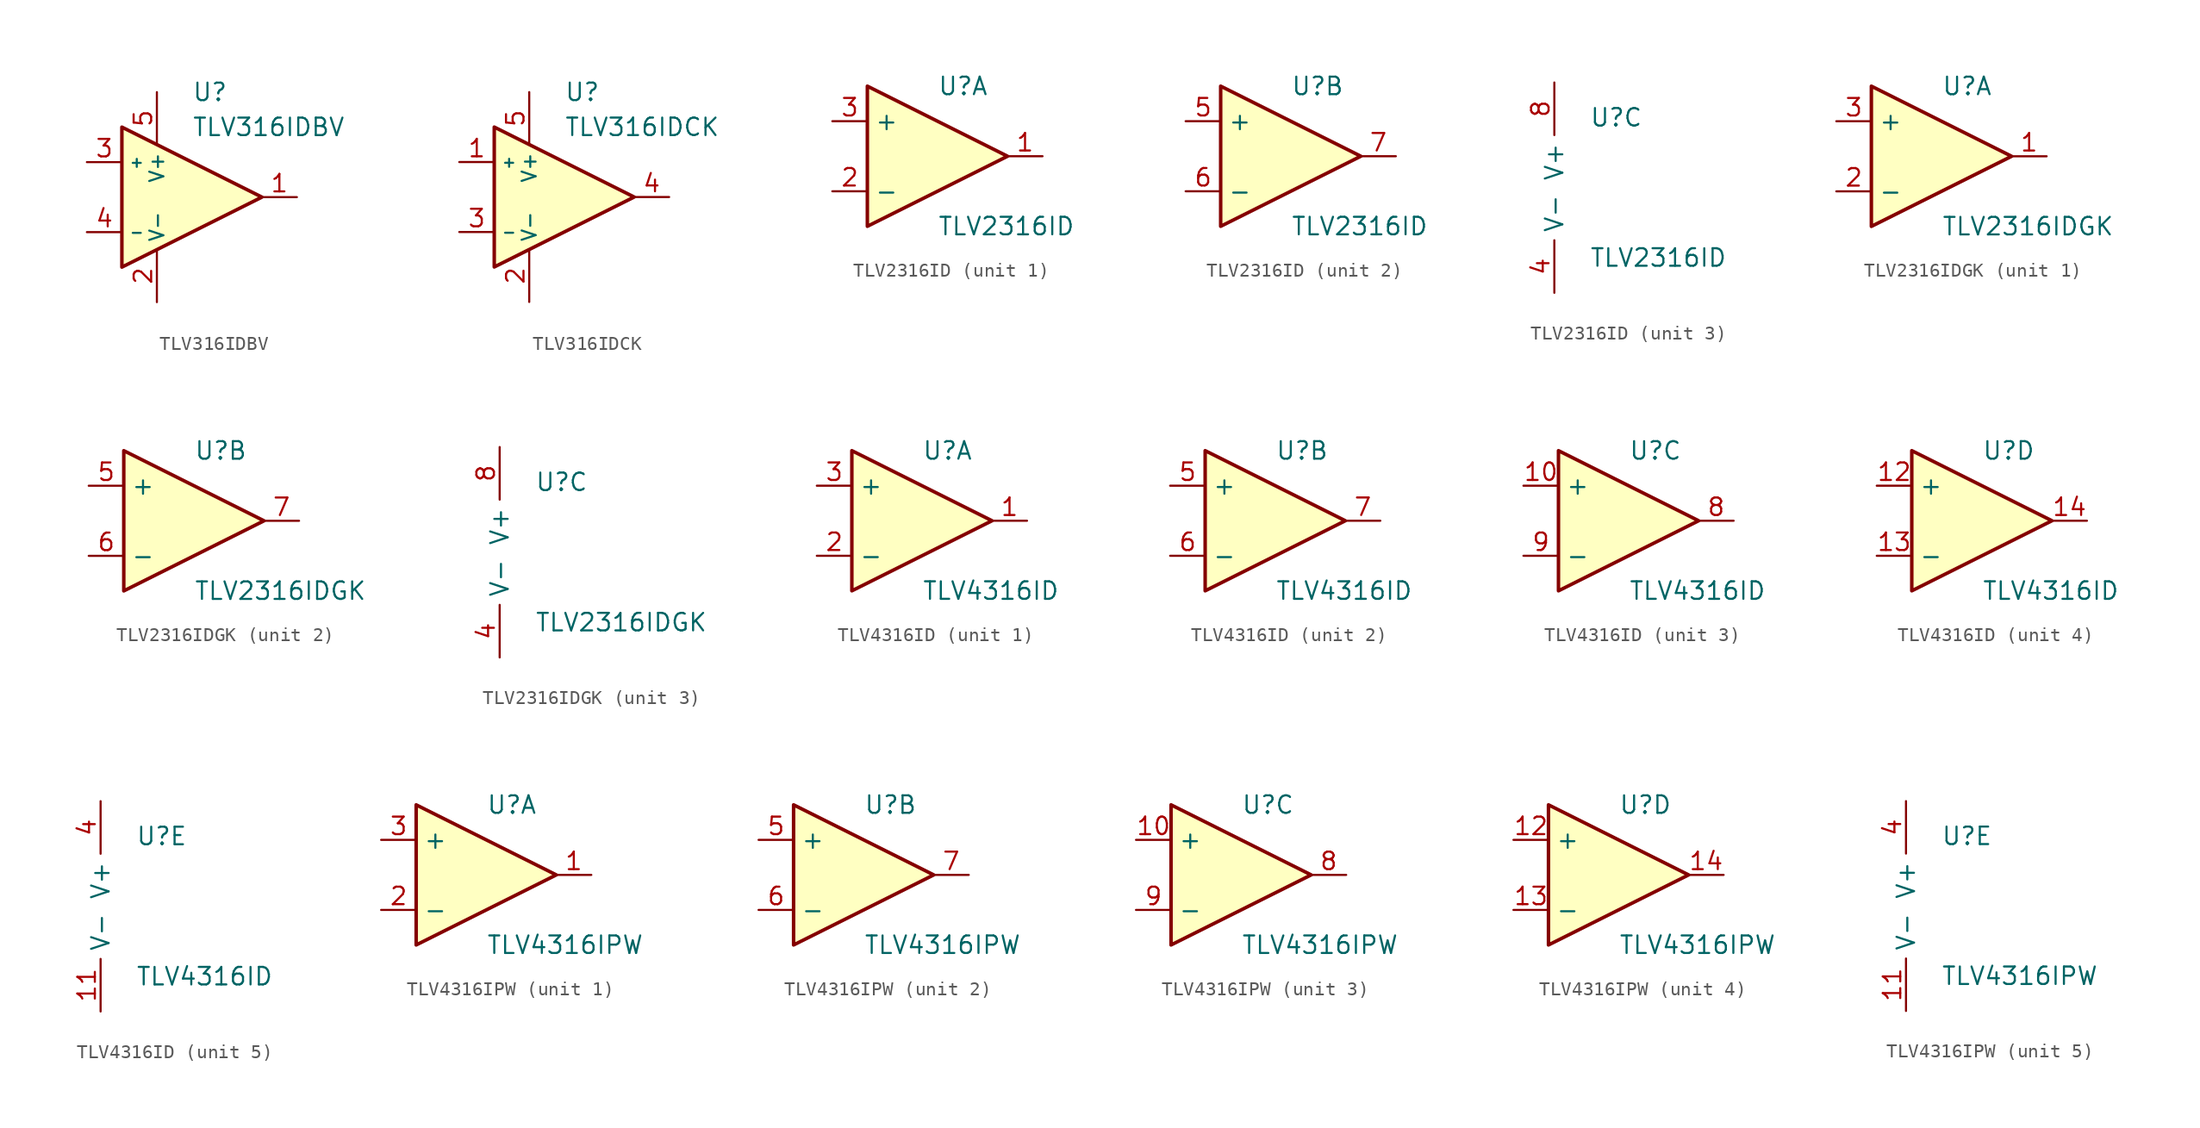
<source format=kicad_sym>
(kicad_symbol_lib
  (version 20210619)
  (generator kicad_symbol_editor)
  (symbol "Gekkio_Amplifier_Operational:TLV316IDBV"
    (property "Reference" "U"
      (at 0 7.62 0)
      (effects (font (size 1.27 1.27)) (justify left)))
    (property "Value" "TLV316IDBV"
      (at 0 5.08 0)
      (effects (font (size 1.27 1.27)) (justify left)))
    (symbol "TLV316IDBV_0_1"
      (polyline (pts (xy -5.08 5.08) (xy 5.08 0) (xy -5.08 -5.08) (xy -5.08 5.08)) (stroke (width 0.254)) (fill (type background))))
    (symbol "TLV316IDBV_1_1"
      (pin output line (at 7.62 0 180) (length 2.54) (name "~" (effects (font (size 1.27 1.27)))) (number "1" (effects (font (size 1.27 1.27)))))
      (pin power_in line (at -2.54 -7.62 90) (length 3.81) (name "V-" (effects (font (size 1.016 1.016)))) (number "2" (effects (font (size 1.27 1.27)))))
      (pin input line (at -7.62 2.54 0) (length 2.54) (name "+" (effects (font (size 0.762 0.762)))) (number "3" (effects (font (size 1.27 1.27)))))
      (pin input line (at -7.62 -2.54 0) (length 2.54) (name "-" (effects (font (size 0.762 0.762)))) (number "4" (effects (font (size 1.27 1.27)))))
      (pin power_in line (at -2.54 7.62 270) (length 3.81) (name "V+" (effects (font (size 1.016 1.016)))) (number "5" (effects (font (size 1.27 1.27)))))))
  (symbol "Gekkio_Amplifier_Operational:TLV316IDCK"
    (property "Reference" "U"
      (at 0 7.62 0)
      (effects (font (size 1.27 1.27)) (justify left)))
    (property "Value" "TLV316IDCK"
      (at 0 5.08 0)
      (effects (font (size 1.27 1.27)) (justify left)))
    (symbol "TLV316IDCK_0_1"
      (polyline (pts (xy -5.08 5.08) (xy 5.08 0) (xy -5.08 -5.08) (xy -5.08 5.08)) (stroke (width 0.254)) (fill (type background))))
    (symbol "TLV316IDCK_1_1"
      (pin input line (at -7.62 2.54 0) (length 2.54) (name "+" (effects (font (size 0.762 0.762)))) (number "1" (effects (font (size 1.27 1.27)))))
      (pin power_in line (at -2.54 -7.62 90) (length 3.81) (name "V-" (effects (font (size 1.016 1.016)))) (number "2" (effects (font (size 1.27 1.27)))))
      (pin input line (at -7.62 -2.54 0) (length 2.54) (name "-" (effects (font (size 0.762 0.762)))) (number "3" (effects (font (size 1.27 1.27)))))
      (pin output line (at 7.62 0 180) (length 2.54) (name "~" (effects (font (size 1.27 1.27)))) (number "4" (effects (font (size 1.27 1.27)))))
      (pin power_in line (at -2.54 7.62 270) (length 3.81) (name "V+" (effects (font (size 1.016 1.016)))) (number "5" (effects (font (size 1.27 1.27)))))))
  (symbol "Gekkio_Amplifier_Operational:TLV2316ID"
    (property "Reference" "U"
      (at 0 5.08 0)
      (effects (font (size 1.27 1.27)) (justify left)))
    (property "Value" "TLV2316ID"
      (at 0 -5.08 0)
      (effects (font (size 1.27 1.27)) (justify left)))
    (property "ki_locked" ""
      (at 0 0 0)
      (effects (font (size 1.27 1.27))))
    (symbol "TLV2316ID_1_1"
      (polyline (pts (xy -5.08 5.08) (xy 5.08 0) (xy -5.08 -5.08) (xy -5.08 5.08)) (stroke (width 0.254)) (fill (type background)))
      (pin output line (at 7.62 0 180) (length 2.54) (name "~" (effects (font (size 1.27 1.27)))) (number "1" (effects (font (size 1.27 1.27)))))
      (pin input line (at -7.62 -2.54 0) (length 2.54) (name "-" (effects (font (size 1.27 1.27)))) (number "2" (effects (font (size 1.27 1.27)))))
      (pin input line (at -7.62 2.54 0) (length 2.54) (name "+" (effects (font (size 1.27 1.27)))) (number "3" (effects (font (size 1.27 1.27))))))
    (symbol "TLV2316ID_2_1"
      (polyline (pts (xy -5.08 5.08) (xy 5.08 0) (xy -5.08 -5.08) (xy -5.08 5.08)) (stroke (width 0.254)) (fill (type background)))
      (pin input line (at -7.62 2.54 0) (length 2.54) (name "+" (effects (font (size 1.27 1.27)))) (number "5" (effects (font (size 1.27 1.27)))))
      (pin input line (at -7.62 -2.54 0) (length 2.54) (name "-" (effects (font (size 1.27 1.27)))) (number "6" (effects (font (size 1.27 1.27)))))
      (pin output line (at 7.62 0 180) (length 2.54) (name "~" (effects (font (size 1.27 1.27)))) (number "7" (effects (font (size 1.27 1.27))))))
    (symbol "TLV2316ID_3_1"
      (pin power_in line (at -2.54 -7.62 90) (length 3.81) (name "V-" (effects (font (size 1.27 1.27)))) (number "4" (effects (font (size 1.27 1.27)))))
      (pin power_in line (at -2.54 7.62 270) (length 3.81) (name "V+" (effects (font (size 1.27 1.27)))) (number "8" (effects (font (size 1.27 1.27)))))))
  (symbol "Gekkio_Amplifier_Operational:TLV2316IDGK"
    (property "Reference" "U"
      (at 0 5.08 0)
      (effects (font (size 1.27 1.27)) (justify left)))
    (property "Value" "TLV2316IDGK"
      (at 0 -5.08 0)
      (effects (font (size 1.27 1.27)) (justify left)))
    (property "ki_locked" ""
      (at 0 0 0)
      (effects (font (size 1.27 1.27))))
    (symbol "TLV2316IDGK_1_1"
      (polyline (pts (xy -5.08 5.08) (xy 5.08 0) (xy -5.08 -5.08) (xy -5.08 5.08)) (stroke (width 0.254)) (fill (type background)))
      (pin output line (at 7.62 0 180) (length 2.54) (name "~" (effects (font (size 1.27 1.27)))) (number "1" (effects (font (size 1.27 1.27)))))
      (pin input line (at -7.62 -2.54 0) (length 2.54) (name "-" (effects (font (size 1.27 1.27)))) (number "2" (effects (font (size 1.27 1.27)))))
      (pin input line (at -7.62 2.54 0) (length 2.54) (name "+" (effects (font (size 1.27 1.27)))) (number "3" (effects (font (size 1.27 1.27))))))
    (symbol "TLV2316IDGK_2_1"
      (polyline (pts (xy -5.08 5.08) (xy 5.08 0) (xy -5.08 -5.08) (xy -5.08 5.08)) (stroke (width 0.254)) (fill (type background)))
      (pin input line (at -7.62 2.54 0) (length 2.54) (name "+" (effects (font (size 1.27 1.27)))) (number "5" (effects (font (size 1.27 1.27)))))
      (pin input line (at -7.62 -2.54 0) (length 2.54) (name "-" (effects (font (size 1.27 1.27)))) (number "6" (effects (font (size 1.27 1.27)))))
      (pin output line (at 7.62 0 180) (length 2.54) (name "~" (effects (font (size 1.27 1.27)))) (number "7" (effects (font (size 1.27 1.27))))))
    (symbol "TLV2316IDGK_3_1"
      (pin power_in line (at -2.54 -7.62 90) (length 3.81) (name "V-" (effects (font (size 1.27 1.27)))) (number "4" (effects (font (size 1.27 1.27)))))
      (pin power_in line (at -2.54 7.62 270) (length 3.81) (name "V+" (effects (font (size 1.27 1.27)))) (number "8" (effects (font (size 1.27 1.27)))))))
  (symbol "Gekkio_Amplifier_Operational:TLV4316ID"
    (property "Reference" "U"
      (at 0 5.08 0)
      (effects (font (size 1.27 1.27)) (justify left)))
    (property "Value" "TLV4316ID"
      (at 0 -5.08 0)
      (effects (font (size 1.27 1.27)) (justify left)))
    (property "ki_locked" ""
      (at 0 0 0)
      (effects (font (size 1.27 1.27))))
    (symbol "TLV4316ID_1_1"
      (polyline (pts (xy -5.08 5.08) (xy 5.08 0) (xy -5.08 -5.08) (xy -5.08 5.08)) (stroke (width 0.254)) (fill (type background)))
      (pin output line (at 7.62 0 180) (length 2.54) (name "~" (effects (font (size 1.27 1.27)))) (number "1" (effects (font (size 1.27 1.27)))))
      (pin input line (at -7.62 -2.54 0) (length 2.54) (name "-" (effects (font (size 1.27 1.27)))) (number "2" (effects (font (size 1.27 1.27)))))
      (pin input line (at -7.62 2.54 0) (length 2.54) (name "+" (effects (font (size 1.27 1.27)))) (number "3" (effects (font (size 1.27 1.27))))))
    (symbol "TLV4316ID_2_1"
      (polyline (pts (xy -5.08 5.08) (xy 5.08 0) (xy -5.08 -5.08) (xy -5.08 5.08)) (stroke (width 0.254)) (fill (type background)))
      (pin input line (at -7.62 2.54 0) (length 2.54) (name "+" (effects (font (size 1.27 1.27)))) (number "5" (effects (font (size 1.27 1.27)))))
      (pin input line (at -7.62 -2.54 0) (length 2.54) (name "-" (effects (font (size 1.27 1.27)))) (number "6" (effects (font (size 1.27 1.27)))))
      (pin output line (at 7.62 0 180) (length 2.54) (name "~" (effects (font (size 1.27 1.27)))) (number "7" (effects (font (size 1.27 1.27))))))
    (symbol "TLV4316ID_3_1"
      (polyline (pts (xy -5.08 5.08) (xy 5.08 0) (xy -5.08 -5.08) (xy -5.08 5.08)) (stroke (width 0.254)) (fill (type background)))
      (pin input line (at -7.62 2.54 0) (length 2.54) (name "+" (effects (font (size 1.27 1.27)))) (number "10" (effects (font (size 1.27 1.27)))))
      (pin output line (at 7.62 0 180) (length 2.54) (name "~" (effects (font (size 1.27 1.27)))) (number "8" (effects (font (size 1.27 1.27)))))
      (pin input line (at -7.62 -2.54 0) (length 2.54) (name "-" (effects (font (size 1.27 1.27)))) (number "9" (effects (font (size 1.27 1.27))))))
    (symbol "TLV4316ID_4_1"
      (polyline (pts (xy -5.08 5.08) (xy 5.08 0) (xy -5.08 -5.08) (xy -5.08 5.08)) (stroke (width 0.254)) (fill (type background)))
      (pin input line (at -7.62 2.54 0) (length 2.54) (name "+" (effects (font (size 1.27 1.27)))) (number "12" (effects (font (size 1.27 1.27)))))
      (pin input line (at -7.62 -2.54 0) (length 2.54) (name "-" (effects (font (size 1.27 1.27)))) (number "13" (effects (font (size 1.27 1.27)))))
      (pin output line (at 7.62 0 180) (length 2.54) (name "~" (effects (font (size 1.27 1.27)))) (number "14" (effects (font (size 1.27 1.27))))))
    (symbol "TLV4316ID_5_1"
      (pin power_in line (at -2.54 -7.62 90) (length 3.81) (name "V-" (effects (font (size 1.27 1.27)))) (number "11" (effects (font (size 1.27 1.27)))))
      (pin power_in line (at -2.54 7.62 270) (length 3.81) (name "V+" (effects (font (size 1.27 1.27)))) (number "4" (effects (font (size 1.27 1.27)))))))
  (symbol "Gekkio_Amplifier_Operational:TLV4316IPW"
    (property "Reference" "U"
      (at 0 5.08 0)
      (effects (font (size 1.27 1.27)) (justify left)))
    (property "Value" "TLV4316IPW"
      (at 0 -5.08 0)
      (effects (font (size 1.27 1.27)) (justify left)))
    (property "ki_locked" ""
      (at 0 0 0)
      (effects (font (size 1.27 1.27))))
    (symbol "TLV4316IPW_1_1"
      (polyline (pts (xy -5.08 5.08) (xy 5.08 0) (xy -5.08 -5.08) (xy -5.08 5.08)) (stroke (width 0.254)) (fill (type background)))
      (pin output line (at 7.62 0 180) (length 2.54) (name "~" (effects (font (size 1.27 1.27)))) (number "1" (effects (font (size 1.27 1.27)))))
      (pin input line (at -7.62 -2.54 0) (length 2.54) (name "-" (effects (font (size 1.27 1.27)))) (number "2" (effects (font (size 1.27 1.27)))))
      (pin input line (at -7.62 2.54 0) (length 2.54) (name "+" (effects (font (size 1.27 1.27)))) (number "3" (effects (font (size 1.27 1.27))))))
    (symbol "TLV4316IPW_2_1"
      (polyline (pts (xy -5.08 5.08) (xy 5.08 0) (xy -5.08 -5.08) (xy -5.08 5.08)) (stroke (width 0.254)) (fill (type background)))
      (pin input line (at -7.62 2.54 0) (length 2.54) (name "+" (effects (font (size 1.27 1.27)))) (number "5" (effects (font (size 1.27 1.27)))))
      (pin input line (at -7.62 -2.54 0) (length 2.54) (name "-" (effects (font (size 1.27 1.27)))) (number "6" (effects (font (size 1.27 1.27)))))
      (pin output line (at 7.62 0 180) (length 2.54) (name "~" (effects (font (size 1.27 1.27)))) (number "7" (effects (font (size 1.27 1.27))))))
    (symbol "TLV4316IPW_3_1"
      (polyline (pts (xy -5.08 5.08) (xy 5.08 0) (xy -5.08 -5.08) (xy -5.08 5.08)) (stroke (width 0.254)) (fill (type background)))
      (pin input line (at -7.62 2.54 0) (length 2.54) (name "+" (effects (font (size 1.27 1.27)))) (number "10" (effects (font (size 1.27 1.27)))))
      (pin output line (at 7.62 0 180) (length 2.54) (name "~" (effects (font (size 1.27 1.27)))) (number "8" (effects (font (size 1.27 1.27)))))
      (pin input line (at -7.62 -2.54 0) (length 2.54) (name "-" (effects (font (size 1.27 1.27)))) (number "9" (effects (font (size 1.27 1.27))))))
    (symbol "TLV4316IPW_4_1"
      (polyline (pts (xy -5.08 5.08) (xy 5.08 0) (xy -5.08 -5.08) (xy -5.08 5.08)) (stroke (width 0.254)) (fill (type background)))
      (pin input line (at -7.62 2.54 0) (length 2.54) (name "+" (effects (font (size 1.27 1.27)))) (number "12" (effects (font (size 1.27 1.27)))))
      (pin input line (at -7.62 -2.54 0) (length 2.54) (name "-" (effects (font (size 1.27 1.27)))) (number "13" (effects (font (size 1.27 1.27)))))
      (pin output line (at 7.62 0 180) (length 2.54) (name "~" (effects (font (size 1.27 1.27)))) (number "14" (effects (font (size 1.27 1.27))))))
    (symbol "TLV4316IPW_5_1"
      (pin power_in line (at -2.54 -7.62 90) (length 3.81) (name "V-" (effects (font (size 1.27 1.27)))) (number "11" (effects (font (size 1.27 1.27)))))
      (pin power_in line (at -2.54 7.62 270) (length 3.81) (name "V+" (effects (font (size 1.27 1.27)))) (number "4" (effects (font (size 1.27 1.27))))))))
</source>
